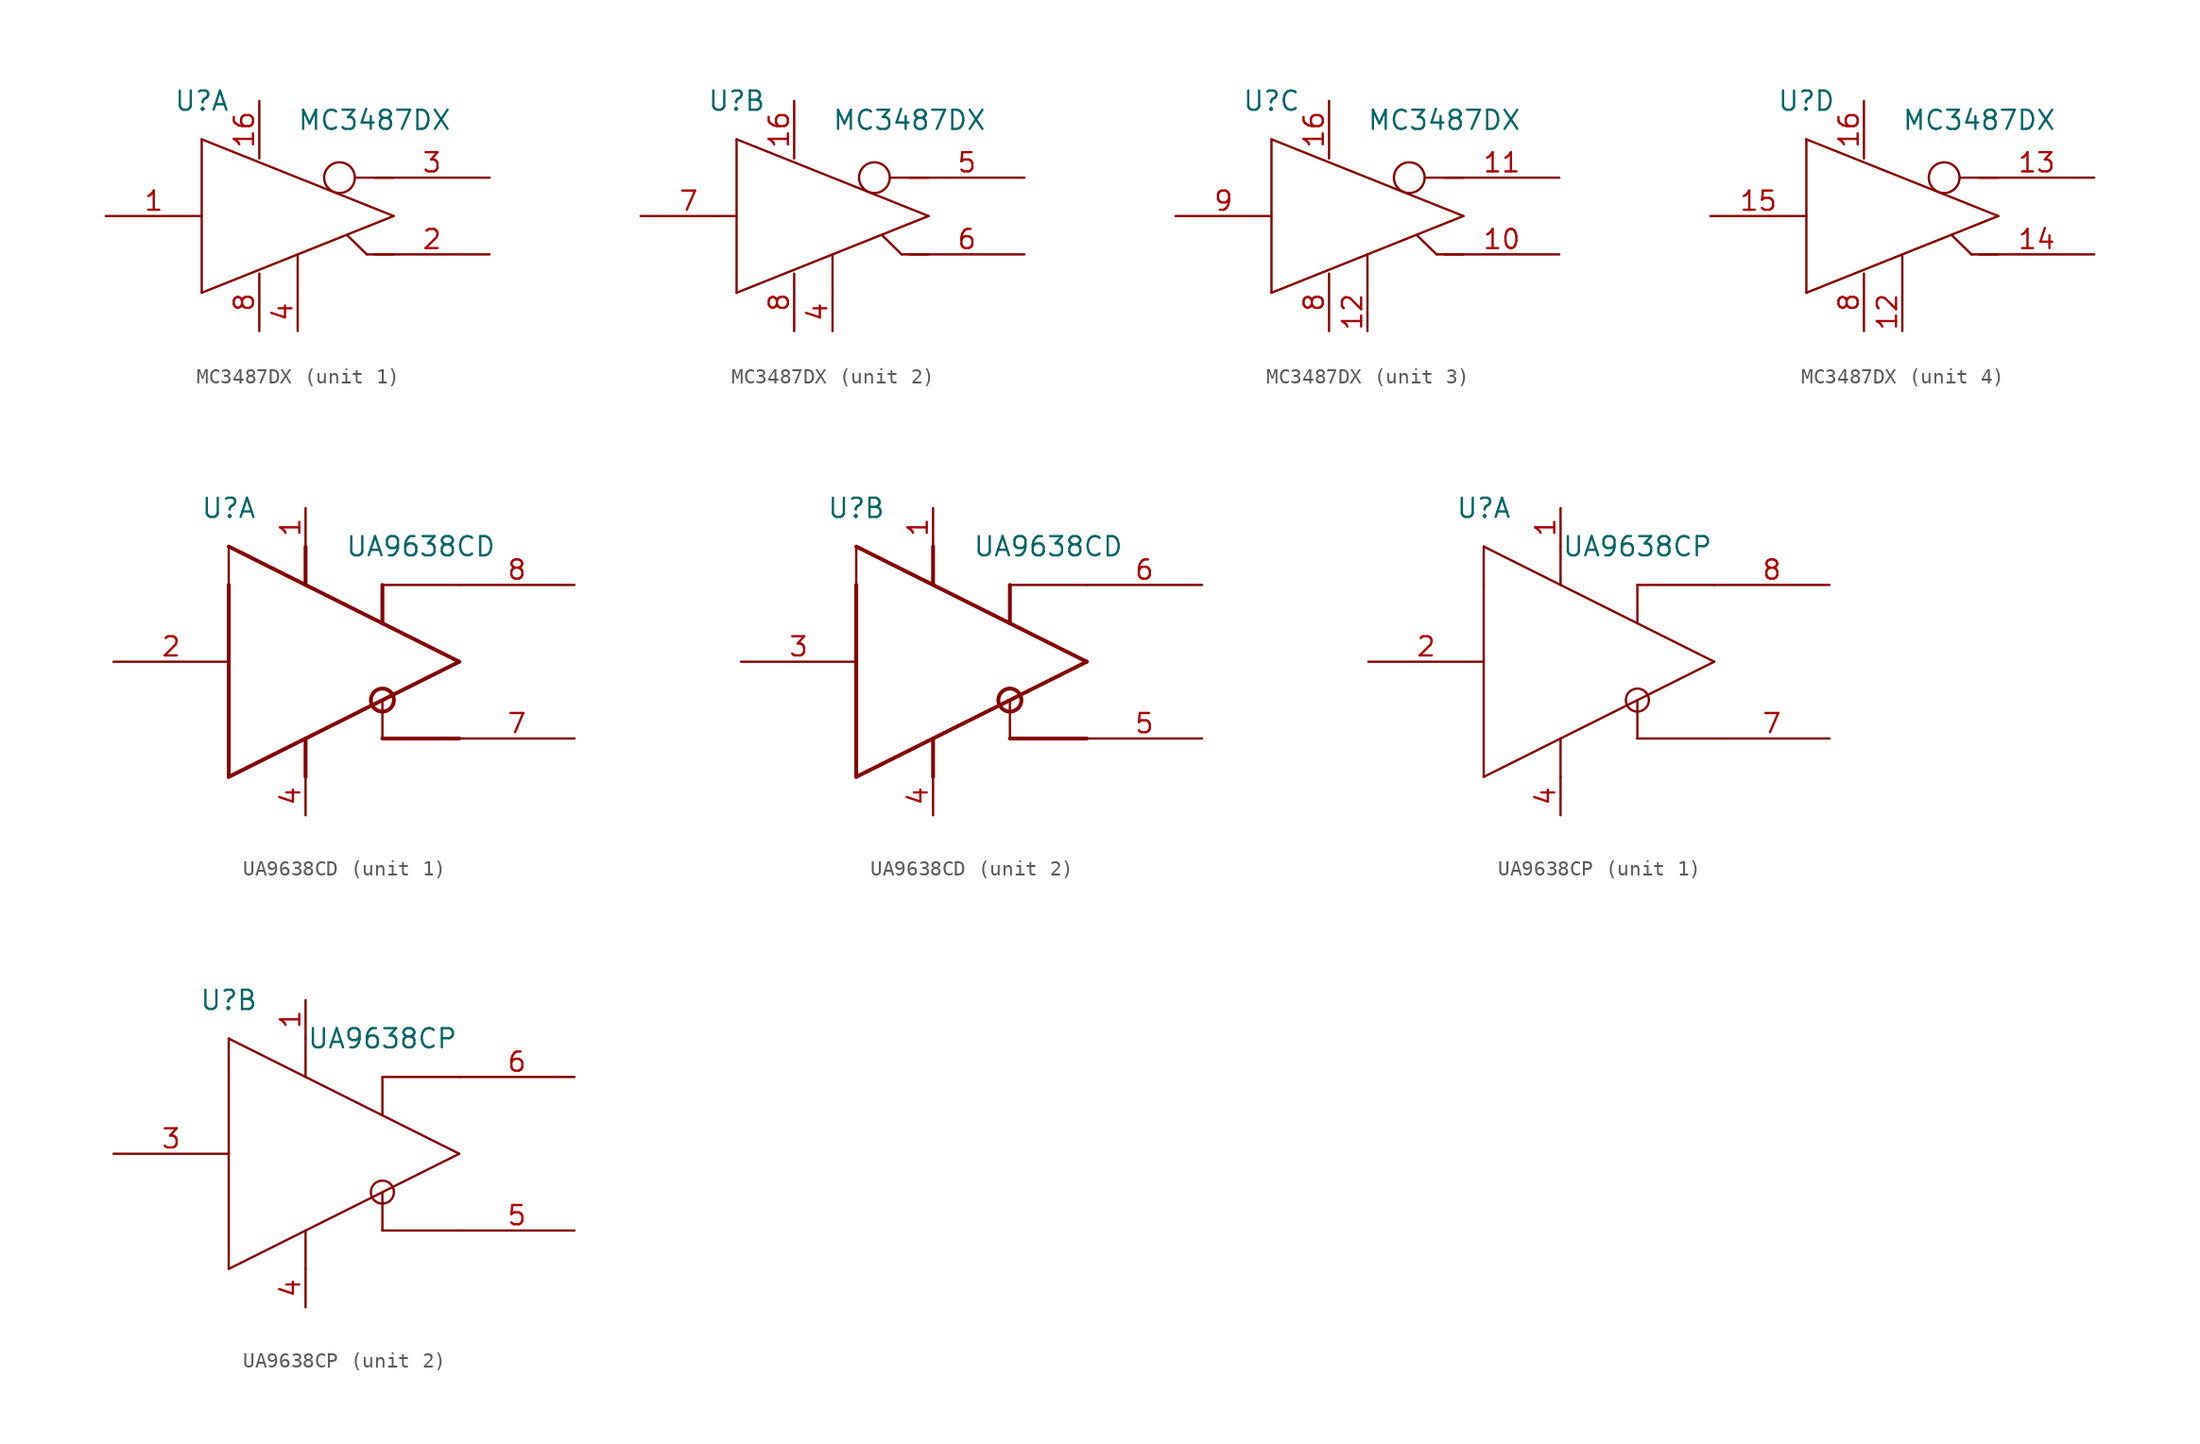
<source format=kicad_sym>
(kicad_symbol_lib
  (version 20211014)
  (generator kicad_symbol_editor)
  (symbol "MC3487DX"
    (pin_names
      (offset 1.016) hide)
    (property "Reference" "U"
      (at -6.35 7.62 0)
      (effects (font (size 1.27 1.27))))
    (property "Value" "MC3487DX"
      (at 5.08 6.35 0)
      (effects (font (size 1.27 1.27))))
    (symbol "MC3487DX_0_1"
      (polyline (pts (xy -6.35 -5.08) (xy 6.35 0)) (stroke (width 0) (type default) (color 0 0 0 0)) (fill (type none)))
      (polyline (pts (xy -6.35 5.08) (xy -6.35 -5.08)) (stroke (width 0) (type default) (color 0 0 0 0)) (fill (type none)))
      (polyline (pts (xy 0 -5.08) (xy 0 -2.54)) (stroke (width 0) (type default) (color 0 0 0 0)) (fill (type none)))
      (polyline (pts (xy 3.81 2.54) (xy 6.35 2.54)) (stroke (width 0) (type default) (color 0 0 0 0)) (fill (type none)))
      (polyline (pts (xy 4.572 -2.54) (xy 3.277 -1.27)) (stroke (width 0) (type default) (color 0 0 0 0)) (fill (type none)))
      (polyline (pts (xy 6.35 -2.54) (xy 4.572 -2.54)) (stroke (width 0) (type default) (color 0 0 0 0)) (fill (type none)))
      (polyline (pts (xy 6.35 0) (xy -6.35 5.08)) (stroke (width 0) (type default) (color 0 0 0 0)) (fill (type none)))
      (circle (center 2.769 2.54) (radius 1.016) (stroke (width 0) (type default) (color 0 0 0 0)) (fill (type none))))
    (symbol "MC3487DX_1_1"
      (pin input line (at -12.7 0 0) (length 6.35) (name "INPUT" (effects (font (size 1.27 1.27)))) (number "1" (effects (font (size 1.27 1.27)))))
      (pin power_in line (at -2.54 7.62 270) (length 3.81) (name "VCC" (effects (font (size 1.27 1.27)))) (number "16" (effects (font (size 1.27 1.27)))))
      (pin tri_state line (at 12.7 -2.54 180) (length 7.62) (name "OUT+" (effects (font (size 1.27 1.27)))) (number "2" (effects (font (size 1.27 1.27)))))
      (pin tri_state line (at 12.7 2.54 180) (length 7.62) (name "OUT-" (effects (font (size 1.27 1.27)))) (number "3" (effects (font (size 1.27 1.27)))))
      (pin input line (at 0 -7.62 90) (length 2.54) (name "ENABLE" (effects (font (size 1.27 1.27)))) (number "4" (effects (font (size 1.27 1.27)))))
      (pin power_in line (at -2.54 -7.62 90) (length 3.81) (name "GND" (effects (font (size 1.27 1.27)))) (number "8" (effects (font (size 1.27 1.27))))))
    (symbol "MC3487DX_2_1"
      (pin power_in line (at -2.54 7.62 270) (length 3.81) (name "VCC" (effects (font (size 1.27 1.27)))) (number "16" (effects (font (size 1.27 1.27)))))
      (pin input line (at 0 -7.62 90) (length 2.54) (name "ENABLE" (effects (font (size 1.27 1.27)))) (number "4" (effects (font (size 1.27 1.27)))))
      (pin tri_state line (at 12.7 2.54 180) (length 7.62) (name "OUT-" (effects (font (size 1.27 1.27)))) (number "5" (effects (font (size 1.27 1.27)))))
      (pin tri_state line (at 12.7 -2.54 180) (length 7.62) (name "OUT+" (effects (font (size 1.27 1.27)))) (number "6" (effects (font (size 1.27 1.27)))))
      (pin input line (at -12.7 0 0) (length 6.35) (name "INPUT" (effects (font (size 1.27 1.27)))) (number "7" (effects (font (size 1.27 1.27)))))
      (pin power_in line (at -2.54 -7.62 90) (length 3.81) (name "GND" (effects (font (size 1.27 1.27)))) (number "8" (effects (font (size 1.27 1.27))))))
    (symbol "MC3487DX_3_1"
      (pin tri_state line (at 12.7 -2.54 180) (length 7.62) (name "OUT+" (effects (font (size 1.27 1.27)))) (number "10" (effects (font (size 1.27 1.27)))))
      (pin tri_state line (at 12.7 2.54 180) (length 7.62) (name "OUT-" (effects (font (size 1.27 1.27)))) (number "11" (effects (font (size 1.27 1.27)))))
      (pin input line (at 0 -7.62 90) (length 2.54) (name "ENABLE" (effects (font (size 1.27 1.27)))) (number "12" (effects (font (size 1.27 1.27)))))
      (pin power_in line (at -2.54 7.62 270) (length 3.81) (name "VCC" (effects (font (size 1.27 1.27)))) (number "16" (effects (font (size 1.27 1.27)))))
      (pin power_in line (at -2.54 -7.62 90) (length 3.81) (name "GND" (effects (font (size 1.27 1.27)))) (number "8" (effects (font (size 1.27 1.27)))))
      (pin input line (at -12.7 0 0) (length 6.35) (name "INPUT" (effects (font (size 1.27 1.27)))) (number "9" (effects (font (size 1.27 1.27))))))
    (symbol "MC3487DX_4_1"
      (pin input line (at 0 -7.62 90) (length 2.54) (name "ENABLE" (effects (font (size 1.27 1.27)))) (number "12" (effects (font (size 1.27 1.27)))))
      (pin tri_state line (at 12.7 2.54 180) (length 7.62) (name "OUT-" (effects (font (size 1.27 1.27)))) (number "13" (effects (font (size 1.27 1.27)))))
      (pin tri_state line (at 12.7 -2.54 180) (length 7.62) (name "OUT+" (effects (font (size 1.27 1.27)))) (number "14" (effects (font (size 1.27 1.27)))))
      (pin input line (at -12.7 0 0) (length 6.35) (name "INPUT" (effects (font (size 1.27 1.27)))) (number "15" (effects (font (size 1.27 1.27)))))
      (pin power_in line (at -2.54 7.62 270) (length 3.81) (name "VCC" (effects (font (size 1.27 1.27)))) (number "16" (effects (font (size 1.27 1.27)))))
      (pin power_in line (at -2.54 -7.62 90) (length 3.81) (name "GND" (effects (font (size 1.27 1.27)))) (number "8" (effects (font (size 1.27 1.27)))))))
  (symbol "UA9638CD"
    (pin_names
      (offset 1.016) hide)
    (property "Reference" "U"
      (at -7.62 10.16 0)
      (effects (font (size 1.27 1.27))))
    (property "Value" "UA9638CD"
      (at 5.08 7.62 0)
      (effects (font (size 1.27 1.27))))
    (symbol "UA9638CD_0_1"
      (polyline (pts (xy -7.62 5.08) (xy -7.62 -7.62)) (stroke (width 0.254) (type default) (color 0 0 0 0)) (fill (type background)))
      (polyline (pts (xy -7.62 5.08) (xy -7.62 7.62)) (stroke (width 0) (type default) (color 0 0 0 0)) (fill (type none)))
      (polyline (pts (xy -7.62 7.62) (xy 7.62 0)) (stroke (width 0.254) (type default) (color 0 0 0 0)) (fill (type none)))
      (polyline (pts (xy -2.54 -5.08) (xy -2.54 -7.62)) (stroke (width 0.254) (type default) (color 0 0 0 0)) (fill (type none)))
      (polyline (pts (xy -2.54 5.08) (xy -2.54 7.62)) (stroke (width 0.254) (type default) (color 0 0 0 0)) (fill (type none)))
      (polyline (pts (xy 2.54 -5.08) (xy 7.62 -5.08)) (stroke (width 0.254) (type default) (color 0 0 0 0)) (fill (type none)))
      (polyline (pts (xy 2.54 -2.54) (xy 2.54 -5.08)) (stroke (width 0) (type default) (color 0 0 0 0)) (fill (type none)))
      (polyline (pts (xy 2.54 5.08) (xy 2.54 2.54)) (stroke (width 0.254) (type default) (color 0 0 0 0)) (fill (type none)))
      (polyline (pts (xy 7.62 0) (xy -7.62 -7.62)) (stroke (width 0.254) (type default) (color 0 0 0 0)) (fill (type none)))
      (polyline (pts (xy 7.62 5.08) (xy 2.54 5.08)) (stroke (width 0) (type default) (color 0 0 0 0)) (fill (type none)))
      (circle (center 2.54 -2.54) (radius 0.762) (stroke (width 0.254) (type default) (color 0 0 0 0)) (fill (type none))))
    (symbol "UA9638CD_1_1"
      (pin power_in line (at -2.54 10.16 270) (length 2.54) (name "VCC" (effects (font (size 1.27 1.27)))) (number "1" (effects (font (size 1.27 1.27)))))
      (pin input line (at -15.24 0 0) (length 7.62) (name "IN" (effects (font (size 1.27 1.27)))) (number "2" (effects (font (size 1.27 1.27)))))
      (pin power_in line (at -2.54 -10.16 90) (length 2.54) (name "GND" (effects (font (size 1.27 1.27)))) (number "4" (effects (font (size 1.27 1.27)))))
      (pin output line (at 15.24 -5.08 180) (length 7.62) (name "OUTA" (effects (font (size 1.27 1.27)))) (number "7" (effects (font (size 1.27 1.27)))))
      (pin output line (at 15.24 5.08 180) (length 7.62) (name "OUTB" (effects (font (size 1.27 1.27)))) (number "8" (effects (font (size 1.27 1.27))))))
    (symbol "UA9638CD_2_1"
      (pin power_in line (at -2.54 10.16 270) (length 2.54) (name "VCC" (effects (font (size 1.27 1.27)))) (number "1" (effects (font (size 1.27 1.27)))))
      (pin input line (at -15.24 0 0) (length 7.62) (name "IN" (effects (font (size 1.27 1.27)))) (number "3" (effects (font (size 1.27 1.27)))))
      (pin power_in line (at -2.54 -10.16 90) (length 2.54) (name "GND" (effects (font (size 1.27 1.27)))) (number "4" (effects (font (size 1.27 1.27)))))
      (pin output line (at 15.24 -5.08 180) (length 7.62) (name "OUTA" (effects (font (size 1.27 1.27)))) (number "5" (effects (font (size 1.27 1.27)))))
      (pin output line (at 15.24 5.08 180) (length 7.62) (name "OUTB" (effects (font (size 1.27 1.27)))) (number "6" (effects (font (size 1.27 1.27)))))))
  (symbol "UA9638CP"
    (pin_names
      (offset 1.016) hide)
    (property "Reference" "U"
      (at -7.62 10.16 0)
      (effects (font (size 1.27 1.27))))
    (property "Value" "UA9638CP"
      (at 2.54 7.62 0)
      (effects (font (size 1.27 1.27))))
    (symbol "UA9638CP_0_1"
      (polyline (pts (xy -7.62 5.08) (xy -7.62 -7.62)) (stroke (width 0) (type default) (color 0 0 0 0)) (fill (type none)))
      (polyline (pts (xy -7.62 5.08) (xy -7.62 7.62)) (stroke (width 0) (type default) (color 0 0 0 0)) (fill (type none)))
      (polyline (pts (xy -7.62 7.62) (xy 7.62 0)) (stroke (width 0) (type default) (color 0 0 0 0)) (fill (type none)))
      (polyline (pts (xy -2.54 -5.08) (xy -2.54 -7.62)) (stroke (width 0) (type default) (color 0 0 0 0)) (fill (type none)))
      (polyline (pts (xy -2.54 5.08) (xy -2.54 7.62)) (stroke (width 0) (type default) (color 0 0 0 0)) (fill (type none)))
      (polyline (pts (xy 2.54 -5.08) (xy 7.62 -5.08)) (stroke (width 0) (type default) (color 0 0 0 0)) (fill (type none)))
      (polyline (pts (xy 2.54 -2.54) (xy 2.54 -5.08)) (stroke (width 0) (type default) (color 0 0 0 0)) (fill (type none)))
      (polyline (pts (xy 2.54 5.08) (xy 2.54 2.54)) (stroke (width 0) (type default) (color 0 0 0 0)) (fill (type none)))
      (polyline (pts (xy 7.62 0) (xy -7.62 -7.62)) (stroke (width 0) (type default) (color 0 0 0 0)) (fill (type none)))
      (polyline (pts (xy 7.62 5.08) (xy 2.54 5.08)) (stroke (width 0) (type default) (color 0 0 0 0)) (fill (type none)))
      (circle (center 2.54 -2.54) (radius 0.762) (stroke (width 0) (type default) (color 0 0 0 0)) (fill (type none))))
    (symbol "UA9638CP_1_1"
      (pin power_in line (at -2.54 10.16 270) (length 2.54) (name "VCC" (effects (font (size 1.27 1.27)))) (number "1" (effects (font (size 1.27 1.27)))))
      (pin input line (at -15.24 0 0) (length 7.62) (name "IN" (effects (font (size 1.27 1.27)))) (number "2" (effects (font (size 1.27 1.27)))))
      (pin power_in line (at -2.54 -10.16 90) (length 2.54) (name "GND" (effects (font (size 1.27 1.27)))) (number "4" (effects (font (size 1.27 1.27)))))
      (pin output line (at 15.24 -5.08 180) (length 7.62) (name "OUTA" (effects (font (size 1.27 1.27)))) (number "7" (effects (font (size 1.27 1.27)))))
      (pin output line (at 15.24 5.08 180) (length 7.62) (name "OUTB" (effects (font (size 1.27 1.27)))) (number "8" (effects (font (size 1.27 1.27))))))
    (symbol "UA9638CP_2_1"
      (pin power_in line (at -2.54 10.16 270) (length 2.54) (name "VCC" (effects (font (size 1.27 1.27)))) (number "1" (effects (font (size 1.27 1.27)))))
      (pin input line (at -15.24 0 0) (length 7.62) (name "IN" (effects (font (size 1.27 1.27)))) (number "3" (effects (font (size 1.27 1.27)))))
      (pin power_in line (at -2.54 -10.16 90) (length 2.54) (name "GND" (effects (font (size 1.27 1.27)))) (number "4" (effects (font (size 1.27 1.27)))))
      (pin output line (at 15.24 -5.08 180) (length 7.62) (name "OUTA" (effects (font (size 1.27 1.27)))) (number "5" (effects (font (size 1.27 1.27)))))
      (pin output line (at 15.24 5.08 180) (length 7.62) (name "OUTB" (effects (font (size 1.27 1.27)))) (number "6" (effects (font (size 1.27 1.27))))))))
</source>
